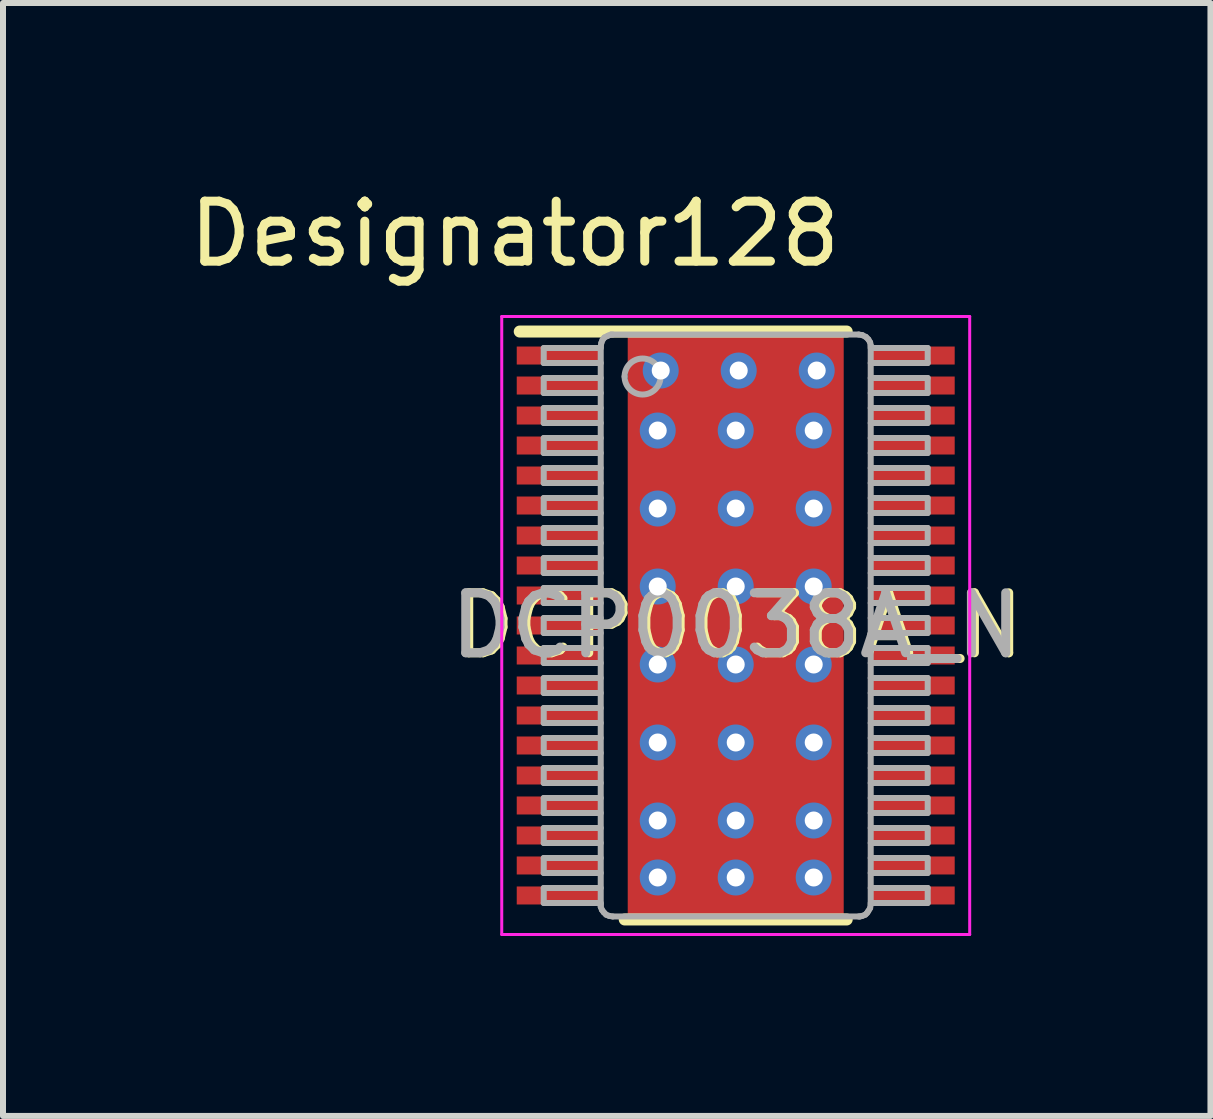
<source format=kicad_pcb>
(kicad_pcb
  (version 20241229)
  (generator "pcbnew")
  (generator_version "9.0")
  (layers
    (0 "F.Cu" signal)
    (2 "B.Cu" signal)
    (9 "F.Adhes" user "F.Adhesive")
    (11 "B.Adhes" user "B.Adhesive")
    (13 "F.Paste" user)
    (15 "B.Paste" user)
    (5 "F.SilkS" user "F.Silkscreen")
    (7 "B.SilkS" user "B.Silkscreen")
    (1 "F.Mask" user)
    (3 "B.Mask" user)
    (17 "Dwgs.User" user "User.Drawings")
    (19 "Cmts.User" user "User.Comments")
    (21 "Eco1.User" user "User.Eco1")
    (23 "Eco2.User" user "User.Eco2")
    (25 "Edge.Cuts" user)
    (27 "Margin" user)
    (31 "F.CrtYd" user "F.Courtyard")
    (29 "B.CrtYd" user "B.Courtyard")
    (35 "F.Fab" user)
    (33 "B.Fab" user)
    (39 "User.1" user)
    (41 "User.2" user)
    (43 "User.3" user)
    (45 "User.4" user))
  (footprint "DCP0038A_N"
    (layer "F.Cu")
    (at 9.213 7.376)
    (property "Reference" "DCP0038A_N" (at 0.05 0 0) (unlocked yes) (layer "F.SilkS") (effects (font (size 1 1) (thickness 0.15))))
    (attr smd)
    (fp_poly (pts (xy -1.45 2.307) (xy -1.45 -2.307) (xy -1.449 -2.315) (xy -1.447 -2.323) (xy -1.443 -2.331) (xy -1.437 -2.337) (xy -1.431 -2.343) (xy -1.423 -2.347) (xy -1.415 -2.349) (xy -1.407 -2.35) (xy 1.407 -2.35) (xy 1.415 -2.349) (xy 1.423 -2.347) (xy 1.431 -2.343) (xy 1.437 -2.337) (xy 1.443 -2.331) (xy 1.447 -2.323) (xy 1.449 -2.315) (xy 1.45 -2.307) (xy 1.45 2.307) (xy 1.449 2.315) (xy 1.447 2.323) (xy 1.443 2.331) (xy 1.437 2.337) (xy 1.431 2.343) (xy 1.423 2.347) (xy 1.415 2.349) (xy 1.407 2.35) (xy -1.407 2.35) (xy -1.415 2.349) (xy -1.423 2.347) (xy -1.431 2.343) (xy -1.437 2.337) (xy -1.443 2.331) (xy -1.447 2.323) (xy -1.449 2.315)) (stroke (width 0) (type solid)) (fill yes) (layer "F.Mask"))
    (fp_line (start -3.6 -4.9) (end 1.85 -4.9) (stroke (width 0.2) (type solid)) (layer "F.SilkS"))
    (fp_line (start -1.85 4.9) (end 1.85 4.9) (stroke (width 0.2) (type solid)) (layer "F.SilkS"))
    (fp_poly (pts (xy -1.45 2.307) (xy -1.45 -2.307) (xy -1.449 -2.315) (xy -1.447 -2.323) (xy -1.443 -2.331) (xy -1.437 -2.337) (xy -1.431 -2.343) (xy -1.423 -2.347) (xy -1.415 -2.349) (xy -1.407 -2.35) (xy 1.407 -2.35) (xy 1.415 -2.349) (xy 1.423 -2.347) (xy 1.431 -2.343) (xy 1.437 -2.337) (xy 1.443 -2.331) (xy 1.447 -2.323) (xy 1.449 -2.315) (xy 1.45 -2.307) (xy 1.45 2.307) (xy 1.449 2.315) (xy 1.447 2.323) (xy 1.443 2.331) (xy 1.437 2.337) (xy 1.431 2.343) (xy 1.423 2.347) (xy 1.415 2.349) (xy 1.407 2.35) (xy -1.407 2.35) (xy -1.415 2.349) (xy -1.423 2.347) (xy -1.431 2.343) (xy -1.437 2.337) (xy -1.443 2.331) (xy -1.447 2.323) (xy -1.449 2.315)) (stroke (width 0) (type solid)) (fill yes) (layer "F.Paste"))
    (fp_line (start -3.9 -5.15) (end 3.9 -5.15) (stroke (width 0.05) (type solid)) (layer "F.CrtYd"))
    (fp_line (start -3.9 5.15) (end -3.9 -5.15) (stroke (width 0.05) (type solid)) (layer "F.CrtYd"))
    (fp_line (start -3.9 5.15) (end 3.9 5.15) (stroke (width 0.05) (type solid)) (layer "F.CrtYd"))
    (fp_line (start 3.9 5.15) (end 3.9 -5.15) (stroke (width 0.05) (type solid)) (layer "F.CrtYd"))
    (fp_line (start -3.2 -4.625) (end -2.25 -4.625) (stroke (width 0.1) (type solid)) (layer "F.Fab"))
    (fp_line (start -3.2 -4.375) (end -3.2 -4.625) (stroke (width 0.1) (type solid)) (layer "F.Fab"))
    (fp_line (start -3.2 -4.375) (end -2.25 -4.375) (stroke (width 0.1) (type solid)) (layer "F.Fab"))
    (fp_line (start -3.2 -4.125) (end -2.25 -4.125) (stroke (width 0.1) (type solid)) (layer "F.Fab"))
    (fp_line (start -3.2 -3.875) (end -3.2 -4.125) (stroke (width 0.1) (type solid)) (layer "F.Fab"))
    (fp_line (start -3.2 -3.875) (end -2.25 -3.875) (stroke (width 0.1) (type solid)) (layer "F.Fab"))
    (fp_line (start -3.2 -3.625) (end -2.25 -3.625) (stroke (width 0.1) (type solid)) (layer "F.Fab"))
    (fp_line (start -3.2 -3.375) (end -3.2 -3.625) (stroke (width 0.1) (type solid)) (layer "F.Fab"))
    (fp_line (start -3.2 -3.375) (end -2.25 -3.375) (stroke (width 0.1) (type solid)) (layer "F.Fab"))
    (fp_line (start -3.2 -3.125) (end -2.25 -3.125) (stroke (width 0.1) (type solid)) (layer "F.Fab"))
    (fp_line (start -3.2 -2.875) (end -3.2 -3.125) (stroke (width 0.1) (type solid)) (layer "F.Fab"))
    (fp_line (start -3.2 -2.875) (end -2.25 -2.875) (stroke (width 0.1) (type solid)) (layer "F.Fab"))
    (fp_line (start -3.2 -2.625) (end -2.25 -2.625) (stroke (width 0.1) (type solid)) (layer "F.Fab"))
    (fp_line (start -3.2 -2.375) (end -3.2 -2.625) (stroke (width 0.1) (type solid)) (layer "F.Fab"))
    (fp_line (start -3.2 -2.375) (end -2.25 -2.375) (stroke (width 0.1) (type solid)) (layer "F.Fab"))
    (fp_line (start -3.2 -2.125) (end -2.25 -2.125) (stroke (width 0.1) (type solid)) (layer "F.Fab"))
    (fp_line (start -3.2 -1.875) (end -3.2 -2.125) (stroke (width 0.1) (type solid)) (layer "F.Fab"))
    (fp_line (start -3.2 -1.875) (end -2.25 -1.875) (stroke (width 0.1) (type solid)) (layer "F.Fab"))
    (fp_line (start -3.2 -1.625) (end -2.25 -1.625) (stroke (width 0.1) (type solid)) (layer "F.Fab"))
    (fp_line (start -3.2 -1.375) (end -3.2 -1.625) (stroke (width 0.1) (type solid)) (layer "F.Fab"))
    (fp_line (start -3.2 -1.375) (end -2.25 -1.375) (stroke (width 0.1) (type solid)) (layer "F.Fab"))
    (fp_line (start -3.2 -1.125) (end -2.25 -1.125) (stroke (width 0.1) (type solid)) (layer "F.Fab"))
    (fp_line (start -3.2 -0.875) (end -3.2 -1.125) (stroke (width 0.1) (type solid)) (layer "F.Fab"))
    (fp_line (start -3.2 -0.875) (end -2.25 -0.875) (stroke (width 0.1) (type solid)) (layer "F.Fab"))
    (fp_line (start -3.2 -0.625) (end -2.25 -0.625) (stroke (width 0.1) (type solid)) (layer "F.Fab"))
    (fp_line (start -3.2 -0.375) (end -3.2 -0.625) (stroke (width 0.1) (type solid)) (layer "F.Fab"))
    (fp_line (start -3.2 -0.375) (end -2.25 -0.375) (stroke (width 0.1) (type solid)) (layer "F.Fab"))
    (fp_line (start -3.2 -0.125) (end -2.25 -0.125) (stroke (width 0.1) (type solid)) (layer "F.Fab"))
    (fp_line (start -3.2 0.125) (end -3.2 -0.125) (stroke (width 0.1) (type solid)) (layer "F.Fab"))
    (fp_line (start -3.2 0.125) (end -2.25 0.125) (stroke (width 0.1) (type solid)) (layer "F.Fab"))
    (fp_line (start -3.2 0.375) (end -2.25 0.375) (stroke (width 0.1) (type solid)) (layer "F.Fab"))
    (fp_line (start -3.2 0.625) (end -3.2 0.375) (stroke (width 0.1) (type solid)) (layer "F.Fab"))
    (fp_line (start -3.2 0.625) (end -2.25 0.625) (stroke (width 0.1) (type solid)) (layer "F.Fab"))
    (fp_line (start -3.2 0.875) (end -2.25 0.875) (stroke (width 0.1) (type solid)) (layer "F.Fab"))
    (fp_line (start -3.2 1.125) (end -3.2 0.875) (stroke (width 0.1) (type solid)) (layer "F.Fab"))
    (fp_line (start -3.2 1.125) (end -2.25 1.125) (stroke (width 0.1) (type solid)) (layer "F.Fab"))
    (fp_line (start -3.2 1.375) (end -2.25 1.375) (stroke (width 0.1) (type solid)) (layer "F.Fab"))
    (fp_line (start -3.2 1.625) (end -3.2 1.375) (stroke (width 0.1) (type solid)) (layer "F.Fab"))
    (fp_line (start -3.2 1.625) (end -2.25 1.625) (stroke (width 0.1) (type solid)) (layer "F.Fab"))
    (fp_line (start -3.2 1.875) (end -2.25 1.875) (stroke (width 0.1) (type solid)) (layer "F.Fab"))
    (fp_line (start -3.2 2.125) (end -3.2 1.875) (stroke (width 0.1) (type solid)) (layer "F.Fab"))
    (fp_line (start -3.2 2.125) (end -2.25 2.125) (stroke (width 0.1) (type solid)) (layer "F.Fab"))
    (fp_line (start -3.2 2.375) (end -2.25 2.375) (stroke (width 0.1) (type solid)) (layer "F.Fab"))
    (fp_line (start -3.2 2.625) (end -3.2 2.375) (stroke (width 0.1) (type solid)) (layer "F.Fab"))
    (fp_line (start -3.2 2.625) (end -2.25 2.625) (stroke (width 0.1) (type solid)) (layer "F.Fab"))
    (fp_line (start -3.2 2.875) (end -2.25 2.875) (stroke (width 0.1) (type solid)) (layer "F.Fab"))
    (fp_line (start -3.2 3.125) (end -3.2 2.875) (stroke (width 0.1) (type solid)) (layer "F.Fab"))
    (fp_line (start -3.2 3.125) (end -2.25 3.125) (stroke (width 0.1) (type solid)) (layer "F.Fab"))
    (fp_line (start -3.2 3.375) (end -2.25 3.375) (stroke (width 0.1) (type solid)) (layer "F.Fab"))
    (fp_line (start -3.2 3.625) (end -3.2 3.375) (stroke (width 0.1) (type solid)) (layer "F.Fab"))
    (fp_line (start -3.2 3.625) (end -2.25 3.625) (stroke (width 0.1) (type solid)) (layer "F.Fab"))
    (fp_line (start -3.2 3.875) (end -2.25 3.875) (stroke (width 0.1) (type solid)) (layer "F.Fab"))
    (fp_line (start -3.2 4.125) (end -3.2 3.875) (stroke (width 0.1) (type solid)) (layer "F.Fab"))
    (fp_line (start -3.2 4.125) (end -2.25 4.125) (stroke (width 0.1) (type solid)) (layer "F.Fab"))
    (fp_line (start -3.2 4.375) (end -2.25 4.375) (stroke (width 0.1) (type solid)) (layer "F.Fab"))
    (fp_line (start -3.2 4.625) (end -3.2 4.375) (stroke (width 0.1) (type solid)) (layer "F.Fab"))
    (fp_line (start -3.2 4.625) (end -2.25 4.625) (stroke (width 0.1) (type solid)) (layer "F.Fab"))
    (fp_line (start -2.25 -4.65) (end -2.24 -4.71) (stroke (width 0.1) (type solid)) (layer "F.Fab"))
    (fp_line (start -2.25 4.65) (end -2.25 -4.65) (stroke (width 0.1) (type solid)) (layer "F.Fab"))
    (fp_line (start -2.25 4.65) (end -2.25 4.69) (stroke (width 0.1) (type solid)) (layer "F.Fab"))
    (fp_line (start -2.25 4.69) (end -2.23 4.74) (stroke (width 0.1) (type solid)) (layer "F.Fab"))
    (fp_line (start -2.24 -4.71) (end -2.22 -4.76) (stroke (width 0.1) (type solid)) (layer "F.Fab"))
    (fp_line (start -2.23 4.74) (end -2.2 4.78) (stroke (width 0.1) (type solid)) (layer "F.Fab"))
    (fp_line (start -2.22 -4.76) (end -2.19 -4.8) (stroke (width 0.1) (type solid)) (layer "F.Fab"))
    (fp_line (start -2.2 4.78) (end -2.16 4.82) (stroke (width 0.1) (type solid)) (layer "F.Fab"))
    (fp_line (start -2.19 -4.8) (end -2.13 -4.83) (stroke (width 0.1) (type solid)) (layer "F.Fab"))
    (fp_line (start -2.16 4.82) (end -2.11 4.84) (stroke (width 0.1) (type solid)) (layer "F.Fab"))
    (fp_line (start -2.13 -4.83) (end -2.08 -4.85) (stroke (width 0.1) (type solid)) (layer "F.Fab"))
    (fp_line (start -2.11 4.84) (end -2.05 4.85) (stroke (width 0.1) (type solid)) (layer "F.Fab"))
    (fp_line (start -2.08 -4.85) (end -2.05 -4.85) (stroke (width 0.1) (type solid)) (layer "F.Fab"))
    (fp_line (start -2.05 4.85) (end 2.05 4.85) (stroke (width 0.1) (type solid)) (layer "F.Fab"))
    (fp_line (start -2.05 -4.85) (end 2.05 -4.85) (stroke (width 0.1) (type solid)) (layer "F.Fab"))
    (fp_line (start 2.05 4.85) (end 2.07 4.85) (stroke (width 0.1) (type solid)) (layer "F.Fab"))
    (fp_line (start 2.05 -4.85) (end 2.11 -4.84) (stroke (width 0.1) (type solid)) (layer "F.Fab"))
    (fp_line (start 2.07 4.85) (end 2.11 4.84) (stroke (width 0.1) (type solid)) (layer "F.Fab"))
    (fp_line (start 2.11 -4.84) (end 2.17 -4.81) (stroke (width 0.1) (type solid)) (layer "F.Fab"))
    (fp_line (start 2.11 4.84) (end 2.16 4.82) (stroke (width 0.1) (type solid)) (layer "F.Fab"))
    (fp_line (start 2.16 4.82) (end 2.19 4.79) (stroke (width 0.1) (type solid)) (layer "F.Fab"))
    (fp_line (start 2.17 -4.81) (end 2.21 -4.77) (stroke (width 0.1) (type solid)) (layer "F.Fab"))
    (fp_line (start 2.19 4.79) (end 2.21 4.76) (stroke (width 0.1) (type solid)) (layer "F.Fab"))
    (fp_line (start 2.21 -4.77) (end 2.24 -4.72) (stroke (width 0.1) (type solid)) (layer "F.Fab"))
    (fp_line (start 2.21 4.76) (end 2.24 4.71) (stroke (width 0.1) (type solid)) (layer "F.Fab"))
    (fp_line (start 2.24 -4.72) (end 2.25 -4.67) (stroke (width 0.1) (type solid)) (layer "F.Fab"))
    (fp_line (start 2.24 4.71) (end 2.25 4.65) (stroke (width 0.1) (type solid)) (layer "F.Fab"))
    (fp_line (start 2.25 4.65) (end 2.25 -4.65) (stroke (width 0.1) (type solid)) (layer "F.Fab"))
    (fp_line (start 2.25 -4.65) (end 2.25 -4.67) (stroke (width 0.1) (type solid)) (layer "F.Fab"))
    (fp_line (start 2.25 -4.625) (end 3.2 -4.625) (stroke (width 0.1) (type solid)) (layer "F.Fab"))
    (fp_line (start 2.25 -4.375) (end 3.2 -4.375) (stroke (width 0.1) (type solid)) (layer "F.Fab"))
    (fp_line (start 2.25 -4.125) (end 3.2 -4.125) (stroke (width 0.1) (type solid)) (layer "F.Fab"))
    (fp_line (start 2.25 -3.875) (end 3.2 -3.875) (stroke (width 0.1) (type solid)) (layer "F.Fab"))
    (fp_line (start 2.25 -3.625) (end 3.2 -3.625) (stroke (width 0.1) (type solid)) (layer "F.Fab"))
    (fp_line (start 2.25 -3.375) (end 3.2 -3.375) (stroke (width 0.1) (type solid)) (layer "F.Fab"))
    (fp_line (start 2.25 -3.125) (end 3.2 -3.125) (stroke (width 0.1) (type solid)) (layer "F.Fab"))
    (fp_line (start 2.25 -2.875) (end 3.2 -2.875) (stroke (width 0.1) (type solid)) (layer "F.Fab"))
    (fp_line (start 2.25 -2.625) (end 3.2 -2.625) (stroke (width 0.1) (type solid)) (layer "F.Fab"))
    (fp_line (start 2.25 -2.375) (end 3.2 -2.375) (stroke (width 0.1) (type solid)) (layer "F.Fab"))
    (fp_line (start 2.25 -2.125) (end 3.2 -2.125) (stroke (width 0.1) (type solid)) (layer "F.Fab"))
    (fp_line (start 2.25 -1.875) (end 3.2 -1.875) (stroke (width 0.1) (type solid)) (layer "F.Fab"))
    (fp_line (start 2.25 -1.625) (end 3.2 -1.625) (stroke (width 0.1) (type solid)) (layer "F.Fab"))
    (fp_line (start 2.25 -1.375) (end 3.2 -1.375) (stroke (width 0.1) (type solid)) (layer "F.Fab"))
    (fp_line (start 2.25 -1.125) (end 3.2 -1.125) (stroke (width 0.1) (type solid)) (layer "F.Fab"))
    (fp_line (start 2.25 -0.875) (end 3.2 -0.875) (stroke (width 0.1) (type solid)) (layer "F.Fab"))
    (fp_line (start 2.25 -0.625) (end 3.2 -0.625) (stroke (width 0.1) (type solid)) (layer "F.Fab"))
    (fp_line (start 2.25 -0.375) (end 3.2 -0.375) (stroke (width 0.1) (type solid)) (layer "F.Fab"))
    (fp_line (start 2.25 -0.125) (end 3.2 -0.125) (stroke (width 0.1) (type solid)) (layer "F.Fab"))
    (fp_line (start 2.25 0.125) (end 3.2 0.125) (stroke (width 0.1) (type solid)) (layer "F.Fab"))
    (fp_line (start 2.25 0.375) (end 3.2 0.375) (stroke (width 0.1) (type solid)) (layer "F.Fab"))
    (fp_line (start 2.25 0.625) (end 3.2 0.625) (stroke (width 0.1) (type solid)) (layer "F.Fab"))
    (fp_line (start 2.25 0.875) (end 3.2 0.875) (stroke (width 0.1) (type solid)) (layer "F.Fab"))
    (fp_line (start 2.25 1.125) (end 3.2 1.125) (stroke (width 0.1) (type solid)) (layer "F.Fab"))
    (fp_line (start 2.25 1.375) (end 3.2 1.375) (stroke (width 0.1) (type solid)) (layer "F.Fab"))
    (fp_line (start 2.25 1.625) (end 3.2 1.625) (stroke (width 0.1) (type solid)) (layer "F.Fab"))
    (fp_line (start 2.25 1.875) (end 3.2 1.875) (stroke (width 0.1) (type solid)) (layer "F.Fab"))
    (fp_line (start 2.25 2.125) (end 3.2 2.125) (stroke (width 0.1) (type solid)) (layer "F.Fab"))
    (fp_line (start 2.25 2.375) (end 3.2 2.375) (stroke (width 0.1) (type solid)) (layer "F.Fab"))
    (fp_line (start 2.25 2.625) (end 3.2 2.625) (stroke (width 0.1) (type solid)) (layer "F.Fab"))
    (fp_line (start 2.25 2.875) (end 3.2 2.875) (stroke (width 0.1) (type solid)) (layer "F.Fab"))
    (fp_line (start 2.25 3.125) (end 3.2 3.125) (stroke (width 0.1) (type solid)) (layer "F.Fab"))
    (fp_line (start 2.25 3.375) (end 3.2 3.375) (stroke (width 0.1) (type solid)) (layer "F.Fab"))
    (fp_line (start 2.25 3.625) (end 3.2 3.625) (stroke (width 0.1) (type solid)) (layer "F.Fab"))
    (fp_line (start 2.25 3.875) (end 3.2 3.875) (stroke (width 0.1) (type solid)) (layer "F.Fab"))
    (fp_line (start 2.25 4.125) (end 3.2 4.125) (stroke (width 0.1) (type solid)) (layer "F.Fab"))
    (fp_line (start 2.25 4.375) (end 3.2 4.375) (stroke (width 0.1) (type solid)) (layer "F.Fab"))
    (fp_line (start 2.25 4.625) (end 3.2 4.625) (stroke (width 0.1) (type solid)) (layer "F.Fab"))
    (fp_line (start 3.2 -4.375) (end 3.2 -4.625) (stroke (width 0.1) (type solid)) (layer "F.Fab"))
    (fp_line (start 3.2 -3.875) (end 3.2 -4.125) (stroke (width 0.1) (type solid)) (layer "F.Fab"))
    (fp_line (start 3.2 -3.375) (end 3.2 -3.625) (stroke (width 0.1) (type solid)) (layer "F.Fab"))
    (fp_line (start 3.2 -2.875) (end 3.2 -3.125) (stroke (width 0.1) (type solid)) (layer "F.Fab"))
    (fp_line (start 3.2 -2.375) (end 3.2 -2.625) (stroke (width 0.1) (type solid)) (layer "F.Fab"))
    (fp_line (start 3.2 -1.875) (end 3.2 -2.125) (stroke (width 0.1) (type solid)) (layer "F.Fab"))
    (fp_line (start 3.2 -1.375) (end 3.2 -1.625) (stroke (width 0.1) (type solid)) (layer "F.Fab"))
    (fp_line (start 3.2 -0.875) (end 3.2 -1.125) (stroke (width 0.1) (type solid)) (layer "F.Fab"))
    (fp_line (start 3.2 -0.375) (end 3.2 -0.625) (stroke (width 0.1) (type solid)) (layer "F.Fab"))
    (fp_line (start 3.2 0.125) (end 3.2 -0.125) (stroke (width 0.1) (type solid)) (layer "F.Fab"))
    (fp_line (start 3.2 0.625) (end 3.2 0.375) (stroke (width 0.1) (type solid)) (layer "F.Fab"))
    (fp_line (start 3.2 1.125) (end 3.2 0.875) (stroke (width 0.1) (type solid)) (layer "F.Fab"))
    (fp_line (start 3.2 1.625) (end 3.2 1.375) (stroke (width 0.1) (type solid)) (layer "F.Fab"))
    (fp_line (start 3.2 2.125) (end 3.2 1.875) (stroke (width 0.1) (type solid)) (layer "F.Fab"))
    (fp_line (start 3.2 2.625) (end 3.2 2.375) (stroke (width 0.1) (type solid)) (layer "F.Fab"))
    (fp_line (start 3.2 3.125) (end 3.2 2.875) (stroke (width 0.1) (type solid)) (layer "F.Fab"))
    (fp_line (start 3.2 3.625) (end 3.2 3.375) (stroke (width 0.1) (type solid)) (layer "F.Fab"))
    (fp_line (start 3.2 4.125) (end 3.2 3.875) (stroke (width 0.1) (type solid)) (layer "F.Fab"))
    (fp_line (start 3.2 4.625) (end 3.2 4.375) (stroke (width 0.1) (type solid)) (layer "F.Fab"))
    (fp_arc (start -1.852386 -4.149976) (mid -1.552387 -4.449976) (end -1.252388 -4.149976) (stroke (width 0.1) (type solid)) (layer "F.Fab"))
    (fp_arc (start -1.252388 -4.149976) (mid -1.552387 -3.849977) (end -1.852386 -4.149976) (stroke (width 0.1) (type solid)) (layer "F.Fab"))
    (fp_text user "Designator128" (at -3.683 -6.528 0) (unlocked yes) (layer "F.SilkS") (effects (font (size 1 1) (thickness 0.15))))
    (fp_text user "${REFERENCE}" (at 0 0 0) (unlocked yes) (layer "F.Fab") (effects (font (size 1 1) (thickness 0.15))))
    (pad "1" smd rect (at -2.95 -4.5 90) (size 0.3 1.4) (layers "F.Cu" "F.Mask" "F.Paste"))
    (pad "2" smd rect (at -2.95 -4 90) (size 0.3 1.4) (layers "F.Cu" "F.Mask" "F.Paste"))
    (pad "3" smd rect (at -2.95 -3.5 90) (size 0.3 1.4) (layers "F.Cu" "F.Mask" "F.Paste"))
    (pad "4" smd rect (at -2.95 -3 90) (size 0.3 1.4) (layers "F.Cu" "F.Mask" "F.Paste"))
    (pad "5" smd rect (at -2.95 -2.5 90) (size 0.3 1.4) (layers "F.Cu" "F.Mask" "F.Paste"))
    (pad "6" smd rect (at -2.95 -2 90) (size 0.3 1.4) (layers "F.Cu" "F.Mask" "F.Paste"))
    (pad "7" smd rect (at -2.95 -1.5 90) (size 0.3 1.4) (layers "F.Cu" "F.Mask" "F.Paste"))
    (pad "8" smd rect (at -2.95 -1 90) (size 0.3 1.4) (layers "F.Cu" "F.Mask" "F.Paste"))
    (pad "9" smd rect (at -2.95 -0.5 90) (size 0.3 1.4) (layers "F.Cu" "F.Mask" "F.Paste"))
    (pad "10" smd rect (at -2.95 0 90) (size 0.3 1.4) (layers "F.Cu" "F.Mask" "F.Paste"))
    (pad "11" smd rect (at -2.95 0.5 90) (size 0.3 1.4) (layers "F.Cu" "F.Mask" "F.Paste"))
    (pad "12" smd rect (at -2.95 1 90) (size 0.3 1.4) (layers "F.Cu" "F.Mask" "F.Paste"))
    (pad "13" smd rect (at -2.95 1.5 90) (size 0.3 1.4) (layers "F.Cu" "F.Mask" "F.Paste"))
    (pad "14" smd rect (at -2.95 2 90) (size 0.3 1.4) (layers "F.Cu" "F.Mask" "F.Paste"))
    (pad "15" smd rect (at -2.95 2.5 90) (size 0.3 1.4) (layers "F.Cu" "F.Mask" "F.Paste"))
    (pad "16" smd rect (at -2.95 3 90) (size 0.3 1.4) (layers "F.Cu" "F.Mask" "F.Paste"))
    (pad "17" smd rect (at -2.95 3.5 90) (size 0.3 1.4) (layers "F.Cu" "F.Mask" "F.Paste"))
    (pad "18" smd rect (at -2.95 4 90) (size 0.3 1.4) (layers "F.Cu" "F.Mask" "F.Paste"))
    (pad "19" smd rect (at -2.95 4.5 90) (size 0.3 1.4) (layers "F.Cu" "F.Mask" "F.Paste"))
    (pad "20" smd rect (at 2.95 4.5 90) (size 0.3 1.4) (layers "F.Cu" "F.Mask" "F.Paste"))
    (pad "21" smd rect (at 2.95 4 90) (size 0.3 1.4) (layers "F.Cu" "F.Mask" "F.Paste"))
    (pad "22" smd rect (at 2.95 3.5 90) (size 0.3 1.4) (layers "F.Cu" "F.Mask" "F.Paste"))
    (pad "23" smd rect (at 2.95 3 90) (size 0.3 1.4) (layers "F.Cu" "F.Mask" "F.Paste"))
    (pad "24" smd rect (at 2.95 2.5 90) (size 0.3 1.4) (layers "F.Cu" "F.Mask" "F.Paste"))
    (pad "25" smd rect (at 2.95 2 90) (size 0.3 1.4) (layers "F.Cu" "F.Mask" "F.Paste"))
    (pad "26" smd rect (at 2.95 1.5 90) (size 0.3 1.4) (layers "F.Cu" "F.Mask" "F.Paste"))
    (pad "27" smd rect (at 2.95 1 90) (size 0.3 1.4) (layers "F.Cu" "F.Mask" "F.Paste"))
    (pad "28" smd rect (at 2.95 0.5 90) (size 0.3 1.4) (layers "F.Cu" "F.Mask" "F.Paste"))
    (pad "29" smd rect (at 2.95 0 90) (size 0.3 1.4) (layers "F.Cu" "F.Mask" "F.Paste"))
    (pad "30" smd rect (at 2.95 -0.5 90) (size 0.3 1.4) (layers "F.Cu" "F.Mask" "F.Paste"))
    (pad "31" smd rect (at 2.95 -1 90) (size 0.3 1.4) (layers "F.Cu" "F.Mask" "F.Paste"))
    (pad "32" smd rect (at 2.95 -1.5 90) (size 0.3 1.4) (layers "F.Cu" "F.Mask" "F.Paste"))
    (pad "33" smd rect (at 2.95 -2 90) (size 0.3 1.4) (layers "F.Cu" "F.Mask" "F.Paste"))
    (pad "34" smd rect (at 2.95 -2.5 90) (size 0.3 1.4) (layers "F.Cu" "F.Mask" "F.Paste"))
    (pad "35" smd rect (at 2.95 -3 90) (size 0.3 1.4) (layers "F.Cu" "F.Mask" "F.Paste"))
    (pad "36" smd rect (at 2.95 -3.5 90) (size 0.3 1.4) (layers "F.Cu" "F.Mask" "F.Paste"))
    (pad "37" smd rect (at 2.95 -4 90) (size 0.3 1.4) (layers "F.Cu" "F.Mask" "F.Paste"))
    (pad "38" smd rect (at 2.95 -4.5 90) (size 0.3 1.4) (layers "F.Cu" "F.Mask" "F.Paste"))
    (pad "39" thru_hole circle (at -1.3 -3.25) (size 0.6 0.6) (drill 0.3) (layers "*.Cu" "*.Mask"))
    (pad "39" thru_hole circle (at -1.3 -1.95) (size 0.6 0.6) (drill 0.3) (layers "*.Cu" "*.Mask"))
    (pad "39" thru_hole circle (at -1.3 -0.65) (size 0.6 0.6) (drill 0.3) (layers "*.Cu" "*.Mask"))
    (pad "39" thru_hole circle (at -1.3 0.65) (size 0.6 0.6) (drill 0.3) (layers "*.Cu" "*.Mask"))
    (pad "39" thru_hole circle (at -1.3 1.95) (size 0.6 0.6) (drill 0.3) (layers "*.Cu" "*.Mask"))
    (pad "39" thru_hole circle (at -1.3 3.25) (size 0.6 0.6) (drill 0.3) (layers "*.Cu" "*.Mask"))
    (pad "39" thru_hole circle (at -1.3 4.2) (size 0.6 0.6) (drill 0.3) (layers "*.Cu" "*.Mask"))
    (pad "39" thru_hole circle (at -1.25 -4.25) (size 0.6 0.6) (drill 0.3) (layers "*.Cu" "*.Mask"))
    (pad "39" thru_hole circle (at 0 -3.25) (size 0.6 0.6) (drill 0.3) (layers "*.Cu" "*.Mask"))
    (pad "39" thru_hole circle (at 0 -1.95) (size 0.6 0.6) (drill 0.3) (layers "*.Cu" "*.Mask"))
    (pad "39" thru_hole circle (at 0 -0.65) (size 0.6 0.6) (drill 0.3) (layers "*.Cu" "*.Mask"))
    (pad "39" smd rect (at 0 0) (size 3.6 9.7) (layers "F.Cu"))
    (pad "39" thru_hole circle (at 0 0.65) (size 0.6 0.6) (drill 0.3) (layers "*.Cu" "*.Mask"))
    (pad "39" thru_hole circle (at 0 1.95) (size 0.6 0.6) (drill 0.3) (layers "*.Cu" "*.Mask"))
    (pad "39" thru_hole circle (at 0 3.25) (size 0.6 0.6) (drill 0.3) (layers "*.Cu" "*.Mask"))
    (pad "39" thru_hole circle (at 0 4.2) (size 0.6 0.6) (drill 0.3) (layers "*.Cu" "*.Mask"))
    (pad "39" thru_hole circle (at 0.05 -4.25) (size 0.6 0.6) (drill 0.3) (layers "*.Cu" "*.Mask"))
    (pad "39" thru_hole circle (at 1.3 -3.25) (size 0.6 0.6) (drill 0.3) (layers "*.Cu" "*.Mask"))
    (pad "39" thru_hole circle (at 1.3 -1.95) (size 0.6 0.6) (drill 0.3) (layers "*.Cu" "*.Mask"))
    (pad "39" thru_hole circle (at 1.3 -0.65) (size 0.6 0.6) (drill 0.3) (layers "*.Cu" "*.Mask"))
    (pad "39" thru_hole circle (at 1.3 0.65) (size 0.6 0.6) (drill 0.3) (layers "*.Cu" "*.Mask"))
    (pad "39" thru_hole circle (at 1.3 1.95) (size 0.6 0.6) (drill 0.3) (layers "*.Cu" "*.Mask"))
    (pad "39" thru_hole circle (at 1.3 3.25) (size 0.6 0.6) (drill 0.3) (layers "*.Cu" "*.Mask"))
    (pad "39" thru_hole circle (at 1.3 4.2) (size 0.6 0.6) (drill 0.3) (layers "*.Cu" "*.Mask"))
    (pad "39" thru_hole circle (at 1.35 -4.25) (size 0.6 0.6) (drill 0.3) (layers "*.Cu" "*.Mask")))
  (gr_rect
    (start -3 -3)
    (end 17.126 15.551)
    (stroke (width 0.1) (type default))
    (fill no)
    (layer "Edge.Cuts")))
</source>
